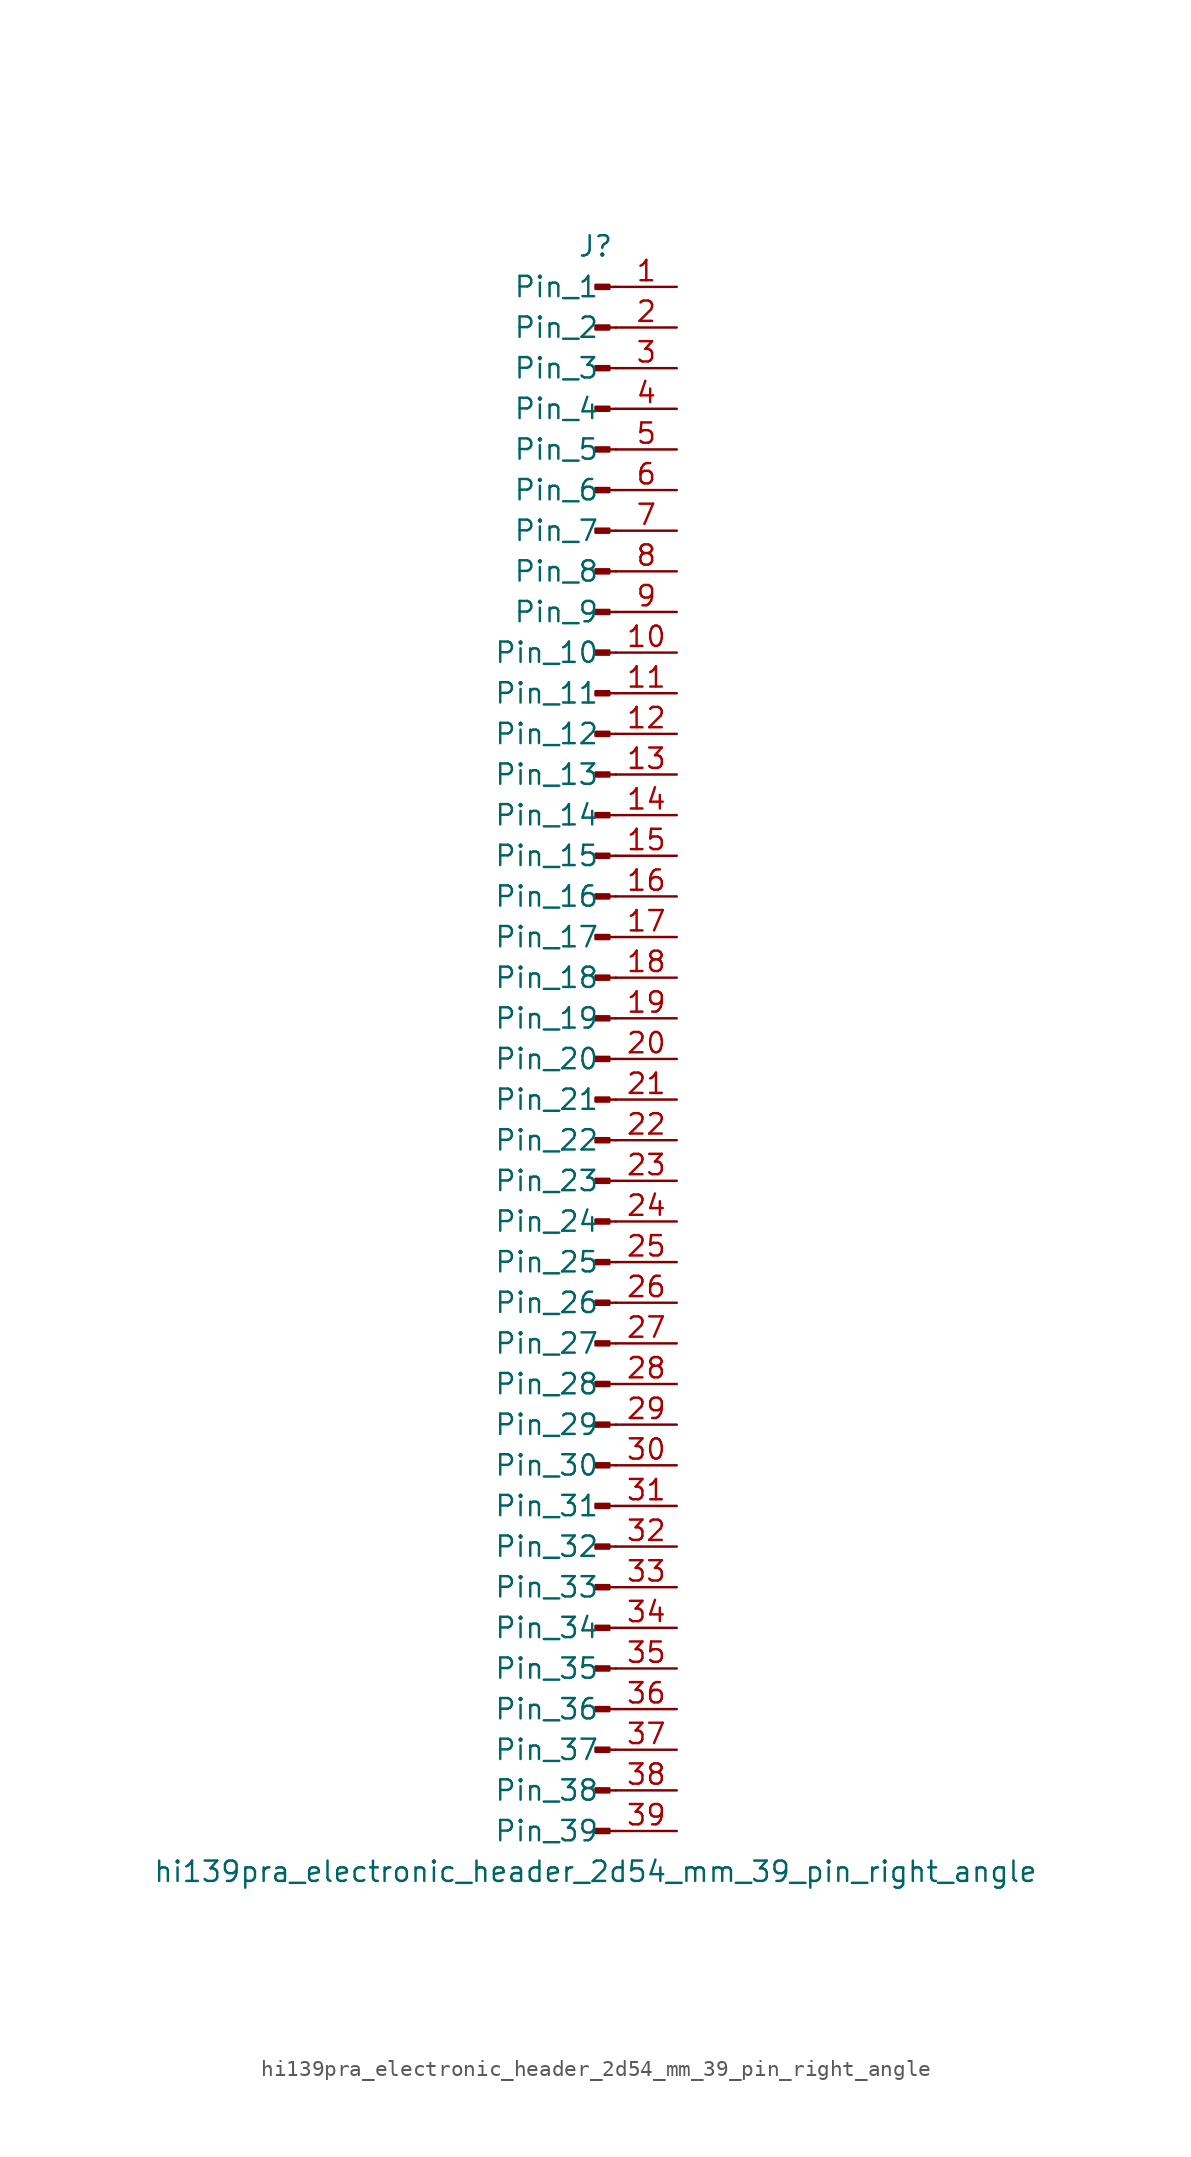
<source format=kicad_sym>
(kicad_symbol_lib
  (version 20220914)
  (generator kicad_symbol_editor)
  (symbol "hi139pra_electronic_header_2d54_mm_39_pin_right_angle"
    (pin_names
      (offset 1.016))
    (property "Reference" "J"
      (at 0 50.8 0)
      (effects (font (size 1.27 1.27))))
    (property "Value" "hi139pra_electronic_header_2d54_mm_39_pin_right_angle"
      (at 0 -50.8 0)
      (effects (font (size 1.27 1.27))))
    (property "ki_locked" ""
      (at 0 0 0)
      (effects (font (size 1.27 1.27))))
    (symbol "hi139pra_electronic_header_2d54_mm_39_pin_right_angle_1_1"
      (polyline (pts (xy 1.27 -48.26) (xy 0.864 -48.26)) (stroke (width 0.152) (type default)) (fill (type none)))
      (polyline (pts (xy 1.27 -45.72) (xy 0.864 -45.72)) (stroke (width 0.152) (type default)) (fill (type none)))
      (polyline (pts (xy 1.27 -43.18) (xy 0.864 -43.18)) (stroke (width 0.152) (type default)) (fill (type none)))
      (polyline (pts (xy 1.27 -40.64) (xy 0.864 -40.64)) (stroke (width 0.152) (type default)) (fill (type none)))
      (polyline (pts (xy 1.27 -38.1) (xy 0.864 -38.1)) (stroke (width 0.152) (type default)) (fill (type none)))
      (polyline (pts (xy 1.27 -35.56) (xy 0.864 -35.56)) (stroke (width 0.152) (type default)) (fill (type none)))
      (polyline (pts (xy 1.27 -33.02) (xy 0.864 -33.02)) (stroke (width 0.152) (type default)) (fill (type none)))
      (polyline (pts (xy 1.27 -30.48) (xy 0.864 -30.48)) (stroke (width 0.152) (type default)) (fill (type none)))
      (polyline (pts (xy 1.27 -27.94) (xy 0.864 -27.94)) (stroke (width 0.152) (type default)) (fill (type none)))
      (polyline (pts (xy 1.27 -25.4) (xy 0.864 -25.4)) (stroke (width 0.152) (type default)) (fill (type none)))
      (polyline (pts (xy 1.27 -22.86) (xy 0.864 -22.86)) (stroke (width 0.152) (type default)) (fill (type none)))
      (polyline (pts (xy 1.27 -20.32) (xy 0.864 -20.32)) (stroke (width 0.152) (type default)) (fill (type none)))
      (polyline (pts (xy 1.27 -17.78) (xy 0.864 -17.78)) (stroke (width 0.152) (type default)) (fill (type none)))
      (polyline (pts (xy 1.27 -15.24) (xy 0.864 -15.24)) (stroke (width 0.152) (type default)) (fill (type none)))
      (polyline (pts (xy 1.27 -12.7) (xy 0.864 -12.7)) (stroke (width 0.152) (type default)) (fill (type none)))
      (polyline (pts (xy 1.27 -10.16) (xy 0.864 -10.16)) (stroke (width 0.152) (type default)) (fill (type none)))
      (polyline (pts (xy 1.27 -7.62) (xy 0.864 -7.62)) (stroke (width 0.152) (type default)) (fill (type none)))
      (polyline (pts (xy 1.27 -5.08) (xy 0.864 -5.08)) (stroke (width 0.152) (type default)) (fill (type none)))
      (polyline (pts (xy 1.27 -2.54) (xy 0.864 -2.54)) (stroke (width 0.152) (type default)) (fill (type none)))
      (polyline (pts (xy 1.27 0) (xy 0.864 0)) (stroke (width 0.152) (type default)) (fill (type none)))
      (polyline (pts (xy 1.27 2.54) (xy 0.864 2.54)) (stroke (width 0.152) (type default)) (fill (type none)))
      (polyline (pts (xy 1.27 5.08) (xy 0.864 5.08)) (stroke (width 0.152) (type default)) (fill (type none)))
      (polyline (pts (xy 1.27 7.62) (xy 0.864 7.62)) (stroke (width 0.152) (type default)) (fill (type none)))
      (polyline (pts (xy 1.27 10.16) (xy 0.864 10.16)) (stroke (width 0.152) (type default)) (fill (type none)))
      (polyline (pts (xy 1.27 12.7) (xy 0.864 12.7)) (stroke (width 0.152) (type default)) (fill (type none)))
      (polyline (pts (xy 1.27 15.24) (xy 0.864 15.24)) (stroke (width 0.152) (type default)) (fill (type none)))
      (polyline (pts (xy 1.27 17.78) (xy 0.864 17.78)) (stroke (width 0.152) (type default)) (fill (type none)))
      (polyline (pts (xy 1.27 20.32) (xy 0.864 20.32)) (stroke (width 0.152) (type default)) (fill (type none)))
      (polyline (pts (xy 1.27 22.86) (xy 0.864 22.86)) (stroke (width 0.152) (type default)) (fill (type none)))
      (polyline (pts (xy 1.27 25.4) (xy 0.864 25.4)) (stroke (width 0.152) (type default)) (fill (type none)))
      (polyline (pts (xy 1.27 27.94) (xy 0.864 27.94)) (stroke (width 0.152) (type default)) (fill (type none)))
      (polyline (pts (xy 1.27 30.48) (xy 0.864 30.48)) (stroke (width 0.152) (type default)) (fill (type none)))
      (polyline (pts (xy 1.27 33.02) (xy 0.864 33.02)) (stroke (width 0.152) (type default)) (fill (type none)))
      (polyline (pts (xy 1.27 35.56) (xy 0.864 35.56)) (stroke (width 0.152) (type default)) (fill (type none)))
      (polyline (pts (xy 1.27 38.1) (xy 0.864 38.1)) (stroke (width 0.152) (type default)) (fill (type none)))
      (polyline (pts (xy 1.27 40.64) (xy 0.864 40.64)) (stroke (width 0.152) (type default)) (fill (type none)))
      (polyline (pts (xy 1.27 43.18) (xy 0.864 43.18)) (stroke (width 0.152) (type default)) (fill (type none)))
      (polyline (pts (xy 1.27 45.72) (xy 0.864 45.72)) (stroke (width 0.152) (type default)) (fill (type none)))
      (polyline (pts (xy 1.27 48.26) (xy 0.864 48.26)) (stroke (width 0.152) (type default)) (fill (type none)))
      (rectangle (start 0.864 -48.133) (end 0 -48.387) (stroke (width 0.152) (type default)) (fill (type outline)))
      (rectangle (start 0.864 -45.593) (end 0 -45.847) (stroke (width 0.152) (type default)) (fill (type outline)))
      (rectangle (start 0.864 -43.053) (end 0 -43.307) (stroke (width 0.152) (type default)) (fill (type outline)))
      (rectangle (start 0.864 -40.513) (end 0 -40.767) (stroke (width 0.152) (type default)) (fill (type outline)))
      (rectangle (start 0.864 -37.973) (end 0 -38.227) (stroke (width 0.152) (type default)) (fill (type outline)))
      (rectangle (start 0.864 -35.433) (end 0 -35.687) (stroke (width 0.152) (type default)) (fill (type outline)))
      (rectangle (start 0.864 -32.893) (end 0 -33.147) (stroke (width 0.152) (type default)) (fill (type outline)))
      (rectangle (start 0.864 -30.353) (end 0 -30.607) (stroke (width 0.152) (type default)) (fill (type outline)))
      (rectangle (start 0.864 -27.813) (end 0 -28.067) (stroke (width 0.152) (type default)) (fill (type outline)))
      (rectangle (start 0.864 -25.273) (end 0 -25.527) (stroke (width 0.152) (type default)) (fill (type outline)))
      (rectangle (start 0.864 -22.733) (end 0 -22.987) (stroke (width 0.152) (type default)) (fill (type outline)))
      (rectangle (start 0.864 -20.193) (end 0 -20.447) (stroke (width 0.152) (type default)) (fill (type outline)))
      (rectangle (start 0.864 -17.653) (end 0 -17.907) (stroke (width 0.152) (type default)) (fill (type outline)))
      (rectangle (start 0.864 -15.113) (end 0 -15.367) (stroke (width 0.152) (type default)) (fill (type outline)))
      (rectangle (start 0.864 -12.573) (end 0 -12.827) (stroke (width 0.152) (type default)) (fill (type outline)))
      (rectangle (start 0.864 -10.033) (end 0 -10.287) (stroke (width 0.152) (type default)) (fill (type outline)))
      (rectangle (start 0.864 -7.493) (end 0 -7.747) (stroke (width 0.152) (type default)) (fill (type outline)))
      (rectangle (start 0.864 -4.953) (end 0 -5.207) (stroke (width 0.152) (type default)) (fill (type outline)))
      (rectangle (start 0.864 -2.413) (end 0 -2.667) (stroke (width 0.152) (type default)) (fill (type outline)))
      (rectangle (start 0.864 0.127) (end 0 -0.127) (stroke (width 0.152) (type default)) (fill (type outline)))
      (rectangle (start 0.864 2.667) (end 0 2.413) (stroke (width 0.152) (type default)) (fill (type outline)))
      (rectangle (start 0.864 5.207) (end 0 4.953) (stroke (width 0.152) (type default)) (fill (type outline)))
      (rectangle (start 0.864 7.747) (end 0 7.493) (stroke (width 0.152) (type default)) (fill (type outline)))
      (rectangle (start 0.864 10.287) (end 0 10.033) (stroke (width 0.152) (type default)) (fill (type outline)))
      (rectangle (start 0.864 12.827) (end 0 12.573) (stroke (width 0.152) (type default)) (fill (type outline)))
      (rectangle (start 0.864 15.367) (end 0 15.113) (stroke (width 0.152) (type default)) (fill (type outline)))
      (rectangle (start 0.864 17.907) (end 0 17.653) (stroke (width 0.152) (type default)) (fill (type outline)))
      (rectangle (start 0.864 20.447) (end 0 20.193) (stroke (width 0.152) (type default)) (fill (type outline)))
      (rectangle (start 0.864 22.987) (end 0 22.733) (stroke (width 0.152) (type default)) (fill (type outline)))
      (rectangle (start 0.864 25.527) (end 0 25.273) (stroke (width 0.152) (type default)) (fill (type outline)))
      (rectangle (start 0.864 28.067) (end 0 27.813) (stroke (width 0.152) (type default)) (fill (type outline)))
      (rectangle (start 0.864 30.607) (end 0 30.353) (stroke (width 0.152) (type default)) (fill (type outline)))
      (rectangle (start 0.864 33.147) (end 0 32.893) (stroke (width 0.152) (type default)) (fill (type outline)))
      (rectangle (start 0.864 35.687) (end 0 35.433) (stroke (width 0.152) (type default)) (fill (type outline)))
      (rectangle (start 0.864 38.227) (end 0 37.973) (stroke (width 0.152) (type default)) (fill (type outline)))
      (rectangle (start 0.864 40.767) (end 0 40.513) (stroke (width 0.152) (type default)) (fill (type outline)))
      (rectangle (start 0.864 43.307) (end 0 43.053) (stroke (width 0.152) (type default)) (fill (type outline)))
      (rectangle (start 0.864 45.847) (end 0 45.593) (stroke (width 0.152) (type default)) (fill (type outline)))
      (rectangle (start 0.864 48.387) (end 0 48.133) (stroke (width 0.152) (type default)) (fill (type outline)))
      (pin passive line (at 5.08 48.26 180) (length 3.81) (name "Pin_1" (effects (font (size 1.27 1.27)))) (number "1" (effects (font (size 1.27 1.27)))))
      (pin passive line (at 5.08 25.4 180) (length 3.81) (name "Pin_10" (effects (font (size 1.27 1.27)))) (number "10" (effects (font (size 1.27 1.27)))))
      (pin passive line (at 5.08 22.86 180) (length 3.81) (name "Pin_11" (effects (font (size 1.27 1.27)))) (number "11" (effects (font (size 1.27 1.27)))))
      (pin passive line (at 5.08 20.32 180) (length 3.81) (name "Pin_12" (effects (font (size 1.27 1.27)))) (number "12" (effects (font (size 1.27 1.27)))))
      (pin passive line (at 5.08 17.78 180) (length 3.81) (name "Pin_13" (effects (font (size 1.27 1.27)))) (number "13" (effects (font (size 1.27 1.27)))))
      (pin passive line (at 5.08 15.24 180) (length 3.81) (name "Pin_14" (effects (font (size 1.27 1.27)))) (number "14" (effects (font (size 1.27 1.27)))))
      (pin passive line (at 5.08 12.7 180) (length 3.81) (name "Pin_15" (effects (font (size 1.27 1.27)))) (number "15" (effects (font (size 1.27 1.27)))))
      (pin passive line (at 5.08 10.16 180) (length 3.81) (name "Pin_16" (effects (font (size 1.27 1.27)))) (number "16" (effects (font (size 1.27 1.27)))))
      (pin passive line (at 5.08 7.62 180) (length 3.81) (name "Pin_17" (effects (font (size 1.27 1.27)))) (number "17" (effects (font (size 1.27 1.27)))))
      (pin passive line (at 5.08 5.08 180) (length 3.81) (name "Pin_18" (effects (font (size 1.27 1.27)))) (number "18" (effects (font (size 1.27 1.27)))))
      (pin passive line (at 5.08 2.54 180) (length 3.81) (name "Pin_19" (effects (font (size 1.27 1.27)))) (number "19" (effects (font (size 1.27 1.27)))))
      (pin passive line (at 5.08 45.72 180) (length 3.81) (name "Pin_2" (effects (font (size 1.27 1.27)))) (number "2" (effects (font (size 1.27 1.27)))))
      (pin passive line (at 5.08 0 180) (length 3.81) (name "Pin_20" (effects (font (size 1.27 1.27)))) (number "20" (effects (font (size 1.27 1.27)))))
      (pin passive line (at 5.08 -2.54 180) (length 3.81) (name "Pin_21" (effects (font (size 1.27 1.27)))) (number "21" (effects (font (size 1.27 1.27)))))
      (pin passive line (at 5.08 -5.08 180) (length 3.81) (name "Pin_22" (effects (font (size 1.27 1.27)))) (number "22" (effects (font (size 1.27 1.27)))))
      (pin passive line (at 5.08 -7.62 180) (length 3.81) (name "Pin_23" (effects (font (size 1.27 1.27)))) (number "23" (effects (font (size 1.27 1.27)))))
      (pin passive line (at 5.08 -10.16 180) (length 3.81) (name "Pin_24" (effects (font (size 1.27 1.27)))) (number "24" (effects (font (size 1.27 1.27)))))
      (pin passive line (at 5.08 -12.7 180) (length 3.81) (name "Pin_25" (effects (font (size 1.27 1.27)))) (number "25" (effects (font (size 1.27 1.27)))))
      (pin passive line (at 5.08 -15.24 180) (length 3.81) (name "Pin_26" (effects (font (size 1.27 1.27)))) (number "26" (effects (font (size 1.27 1.27)))))
      (pin passive line (at 5.08 -17.78 180) (length 3.81) (name "Pin_27" (effects (font (size 1.27 1.27)))) (number "27" (effects (font (size 1.27 1.27)))))
      (pin passive line (at 5.08 -20.32 180) (length 3.81) (name "Pin_28" (effects (font (size 1.27 1.27)))) (number "28" (effects (font (size 1.27 1.27)))))
      (pin passive line (at 5.08 -22.86 180) (length 3.81) (name "Pin_29" (effects (font (size 1.27 1.27)))) (number "29" (effects (font (size 1.27 1.27)))))
      (pin passive line (at 5.08 43.18 180) (length 3.81) (name "Pin_3" (effects (font (size 1.27 1.27)))) (number "3" (effects (font (size 1.27 1.27)))))
      (pin passive line (at 5.08 -25.4 180) (length 3.81) (name "Pin_30" (effects (font (size 1.27 1.27)))) (number "30" (effects (font (size 1.27 1.27)))))
      (pin passive line (at 5.08 -27.94 180) (length 3.81) (name "Pin_31" (effects (font (size 1.27 1.27)))) (number "31" (effects (font (size 1.27 1.27)))))
      (pin passive line (at 5.08 -30.48 180) (length 3.81) (name "Pin_32" (effects (font (size 1.27 1.27)))) (number "32" (effects (font (size 1.27 1.27)))))
      (pin passive line (at 5.08 -33.02 180) (length 3.81) (name "Pin_33" (effects (font (size 1.27 1.27)))) (number "33" (effects (font (size 1.27 1.27)))))
      (pin passive line (at 5.08 -35.56 180) (length 3.81) (name "Pin_34" (effects (font (size 1.27 1.27)))) (number "34" (effects (font (size 1.27 1.27)))))
      (pin passive line (at 5.08 -38.1 180) (length 3.81) (name "Pin_35" (effects (font (size 1.27 1.27)))) (number "35" (effects (font (size 1.27 1.27)))))
      (pin passive line (at 5.08 -40.64 180) (length 3.81) (name "Pin_36" (effects (font (size 1.27 1.27)))) (number "36" (effects (font (size 1.27 1.27)))))
      (pin passive line (at 5.08 -43.18 180) (length 3.81) (name "Pin_37" (effects (font (size 1.27 1.27)))) (number "37" (effects (font (size 1.27 1.27)))))
      (pin passive line (at 5.08 -45.72 180) (length 3.81) (name "Pin_38" (effects (font (size 1.27 1.27)))) (number "38" (effects (font (size 1.27 1.27)))))
      (pin passive line (at 5.08 -48.26 180) (length 3.81) (name "Pin_39" (effects (font (size 1.27 1.27)))) (number "39" (effects (font (size 1.27 1.27)))))
      (pin passive line (at 5.08 40.64 180) (length 3.81) (name "Pin_4" (effects (font (size 1.27 1.27)))) (number "4" (effects (font (size 1.27 1.27)))))
      (pin passive line (at 5.08 38.1 180) (length 3.81) (name "Pin_5" (effects (font (size 1.27 1.27)))) (number "5" (effects (font (size 1.27 1.27)))))
      (pin passive line (at 5.08 35.56 180) (length 3.81) (name "Pin_6" (effects (font (size 1.27 1.27)))) (number "6" (effects (font (size 1.27 1.27)))))
      (pin passive line (at 5.08 33.02 180) (length 3.81) (name "Pin_7" (effects (font (size 1.27 1.27)))) (number "7" (effects (font (size 1.27 1.27)))))
      (pin passive line (at 5.08 30.48 180) (length 3.81) (name "Pin_8" (effects (font (size 1.27 1.27)))) (number "8" (effects (font (size 1.27 1.27)))))
      (pin passive line (at 5.08 27.94 180) (length 3.81) (name "Pin_9" (effects (font (size 1.27 1.27)))) (number "9" (effects (font (size 1.27 1.27))))))))
</source>
